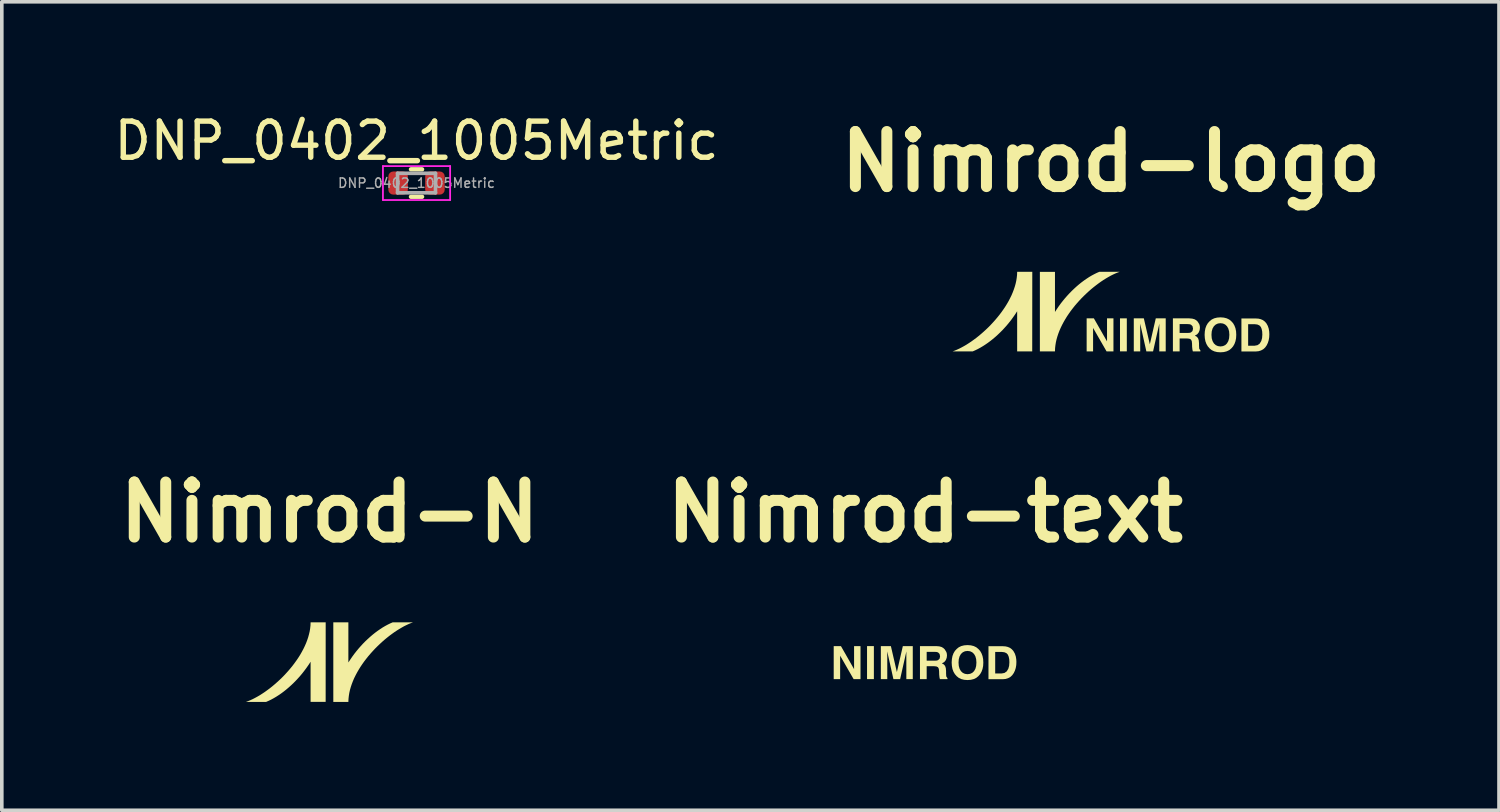
<source format=kicad_pcb>
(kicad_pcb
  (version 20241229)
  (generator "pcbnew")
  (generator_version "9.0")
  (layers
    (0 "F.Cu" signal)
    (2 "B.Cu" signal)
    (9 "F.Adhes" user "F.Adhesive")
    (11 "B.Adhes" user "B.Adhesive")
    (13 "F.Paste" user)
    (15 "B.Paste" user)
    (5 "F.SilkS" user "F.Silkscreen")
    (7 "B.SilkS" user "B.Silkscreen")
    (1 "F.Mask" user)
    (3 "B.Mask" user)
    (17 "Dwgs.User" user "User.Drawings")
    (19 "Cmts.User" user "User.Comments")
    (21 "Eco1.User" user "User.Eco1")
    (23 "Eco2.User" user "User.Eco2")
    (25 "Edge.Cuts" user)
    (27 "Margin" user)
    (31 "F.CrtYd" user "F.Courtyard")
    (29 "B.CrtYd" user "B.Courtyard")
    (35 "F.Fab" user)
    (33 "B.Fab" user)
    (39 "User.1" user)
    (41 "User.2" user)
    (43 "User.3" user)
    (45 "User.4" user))
  (footprint "DNP_0402_1005Metric"
    (layer "F.Cu")
    (at 8.482 2.018)
    (property "Reference" "DNP_0402_1005Metric" (at 0 -1.17 0) (layer "F.SilkS") (effects (font (size 1 1) (thickness 0.15))))
    (attr smd)
    (fp_line (start -0.154 -0.38) (end 0.154 -0.38) (stroke (width 0.12) (type solid)) (layer "F.SilkS"))
    (fp_line (start -0.154 0.38) (end 0.154 0.38) (stroke (width 0.12) (type solid)) (layer "F.SilkS"))
    (fp_line (start -0.93 -0.47) (end 0.93 -0.47) (stroke (width 0.05) (type solid)) (layer "F.CrtYd"))
    (fp_line (start -0.93 0.47) (end -0.93 -0.47) (stroke (width 0.05) (type solid)) (layer "F.CrtYd"))
    (fp_line (start 0.93 -0.47) (end 0.93 0.47) (stroke (width 0.05) (type solid)) (layer "F.CrtYd"))
    (fp_line (start 0.93 0.47) (end -0.93 0.47) (stroke (width 0.05) (type solid)) (layer "F.CrtYd"))
    (fp_line (start -0.525 -0.27) (end 0.525 -0.27) (stroke (width 0.1) (type solid)) (layer "F.Fab"))
    (fp_line (start -0.525 0.27) (end -0.525 -0.27) (stroke (width 0.1) (type solid)) (layer "F.Fab"))
    (fp_line (start 0.525 -0.27) (end 0.525 0.27) (stroke (width 0.1) (type solid)) (layer "F.Fab"))
    (fp_line (start 0.525 0.27) (end -0.525 0.27) (stroke (width 0.1) (type solid)) (layer "F.Fab"))
    (fp_text user "${REFERENCE}" (at 0 0 0) (layer "F.Fab") (effects (font (size 0.26 0.26) (thickness 0.04))))
    (pad "1" smd roundrect (at -0.51 0) (size 0.54 0.64) (layers "F.Cu" "F.Mask") (roundrect_rratio 0.25))
    (pad "2" smd roundrect (at 0.51 0) (size 0.54 0.64) (layers "F.Cu" "F.Mask") (roundrect_rratio 0.25)))
  (footprint "Nimrod-logo"
    (layer "F.Cu")
    (at 27.708 5.589)
    (property "Reference" "Nimrod-logo" (at 0 -4.163 0) (layer "F.SilkS") (effects (font (size 1.524 1.524) (thickness 0.305))))
    (attr exclude_from_pos_files exclude_from_bom)
    (fp_poly (pts (xy 0.25 0.175) (xy 0.25 1.089) (xy 0.439 1.089) (xy 0.439 0.175) (xy 0.25 0.175)) (stroke (width 0) (type solid)) (fill yes) (layer "F.SilkS"))
    (fp_poly (pts (xy -0.673 1.089) (xy -0.673 0.175) (xy -0.473 0.175) (xy -0.109 0.813) (xy -0.109 0.175) (xy 0.069 0.175) (xy 0.069 1.089) (xy -0.122 1.089) (xy -0.495 0.44) (xy -0.495 1.089) (xy -0.673 1.089)) (stroke (width 0) (type solid)) (fill yes) (layer "F.SilkS"))
    (fp_poly (pts (xy 1.076 0.894) (xy 1.241 0.175) (xy 1.516 0.175) (xy 1.516 1.089) (xy 1.338 1.089) (xy 1.338 0.471) (xy 1.338 0.396) (xy 1.339 0.322) (xy 1.166 1.089) (xy 0.98 1.089) (xy 0.809 0.322) (xy 0.809 0.396) (xy 0.81 0.471) (xy 0.81 1.089) (xy 0.632 1.089) (xy 0.632 0.175) (xy 0.91 0.175) (xy 1.076 0.894)) (stroke (width 0) (type solid)) (fill yes) (layer "F.SilkS"))
    (fp_poly (pts (xy 4.148 0.411) (xy 4.344 0.854) (xy 4.367 0.781) (xy 4.381 0.7) (xy 4.385 0.612) (xy 4.381 0.539) (xy 4.368 0.461) (xy 4.343 0.385) (xy 4.303 0.313) (xy 4.259 0.263) (xy 4.207 0.224) (xy 4.147 0.198) (xy 4.084 0.183) (xy 4.006 0.178) (xy 3.612 0.178) (xy 3.612 1.092) (xy 4.006 1.092) (xy 4.084 1.085) (xy 4.154 1.064) (xy 4.216 1.03) (xy 4.268 0.983) (xy 4.312 0.921) (xy 4.344 0.854) (xy 4.148 0.411) (xy 4.172 0.468) (xy 4.187 0.54) (xy 4.191 0.625) (xy 4.184 0.72) (xy 4.162 0.8) (xy 4.118 0.874) (xy 4.055 0.918) (xy 3.974 0.933) (xy 3.798 0.933) (xy 3.798 0.336) (xy 3.974 0.336) (xy 4.051 0.345) (xy 4.109 0.37) (xy 4.148 0.411)) (stroke (width 0) (type solid)) (fill yes) (layer "F.SilkS"))
    (fp_poly (pts (xy 2.216 0.35) (xy 1.715 0.175) (xy 1.715 1.089) (xy 1.901 1.089) (xy 1.901 0.731) (xy 2.098 0.731) (xy 2.169 0.738) (xy 2.214 0.76) (xy 2.237 0.804) (xy 2.245 0.876) (xy 2.247 0.961) (xy 2.255 1.04) (xy 2.267 1.089) (xy 2.477 1.089) (xy 2.477 1.066) (xy 2.443 1.014) (xy 2.438 0.929) (xy 2.438 0.868) (xy 2.431 0.784) (xy 2.411 0.725) (xy 2.376 0.683) (xy 2.322 0.653) (xy 2.387 0.617) (xy 2.43 0.564) (xy 2.455 0.5) (xy 2.463 0.436) (xy 2.459 0.385) (xy 2.446 0.339) (xy 2.399 0.263) (xy 2.359 0.226) (xy 2.311 0.199) (xy 2.248 0.182) (xy 2.163 0.175) (xy 1.715 0.175) (xy 2.216 0.35) (xy 2.258 0.392) (xy 2.272 0.462) (xy 2.257 0.526) (xy 2.214 0.565) (xy 2.174 0.576) (xy 2.118 0.579) (xy 1.901 0.579) (xy 1.901 0.334) (xy 2.123 0.334) (xy 2.178 0.338) (xy 2.216 0.35)) (stroke (width 0) (type solid)) (fill yes) (layer "F.SilkS"))
    (fp_poly (pts (xy 2.85 0.869) (xy 2.599 0.535) (xy 2.593 0.631) (xy 2.599 0.725) (xy 2.615 0.809) (xy 2.643 0.885) (xy 2.682 0.951) (xy 2.732 1.008) (xy 2.79 1.055) (xy 2.859 1.088) (xy 2.939 1.108) (xy 3.031 1.115) (xy 3.124 1.108) (xy 3.204 1.088) (xy 3.273 1.055) (xy 3.331 1.008) (xy 3.381 0.951) (xy 3.419 0.885) (xy 3.447 0.809) (xy 3.464 0.725) (xy 3.469 0.631) (xy 3.464 0.535) (xy 3.447 0.45) (xy 3.419 0.375) (xy 3.381 0.309) (xy 3.331 0.254) (xy 3.273 0.207) (xy 3.204 0.174) (xy 3.124 0.154) (xy 3.031 0.147) (xy 2.939 0.154) (xy 2.859 0.174) (xy 2.79 0.207) (xy 2.732 0.254) (xy 2.682 0.309) (xy 2.643 0.375) (xy 2.615 0.45) (xy 2.599 0.535) (xy 2.85 0.869) (xy 2.813 0.805) (xy 2.79 0.726) (xy 2.783 0.631) (xy 2.79 0.536) (xy 2.813 0.456) (xy 2.85 0.393) (xy 2.901 0.346) (xy 2.961 0.318) (xy 3.031 0.309) (xy 3.102 0.318) (xy 3.162 0.346) (xy 3.212 0.393) (xy 3.249 0.457) (xy 3.271 0.536) (xy 3.278 0.631) (xy 3.271 0.726) (xy 3.249 0.805) (xy 3.212 0.869) (xy 3.162 0.916) (xy 3.102 0.943) (xy 3.031 0.953) (xy 2.961 0.943) (xy 2.901 0.916) (xy 2.85 0.869)) (stroke (width 0) (type solid)) (fill yes) (layer "F.SilkS"))
    (fp_poly (pts (xy -2.597 -1.114) (xy -2.597 -1.106) (xy -2.6 -1.026) (xy -2.609 -0.945) (xy -2.622 -0.864) (xy -2.64 -0.783) (xy -2.663 -0.702) (xy -2.69 -0.621) (xy -2.721 -0.54) (xy -2.755 -0.46) (xy -2.794 -0.381) (xy -2.835 -0.302) (xy -2.88 -0.224) (xy -2.928 -0.147) (xy -2.979 -0.071) (xy -3.032 0.004) (xy -3.088 0.078) (xy -3.146 0.15) (xy -3.206 0.221) (xy -3.268 0.29) (xy -3.331 0.358) (xy -3.395 0.423) (xy -3.461 0.486) (xy -3.528 0.547) (xy -3.595 0.606) (xy -3.663 0.663) (xy -3.731 0.717) (xy -3.8 0.768) (xy -3.868 0.817) (xy -3.936 0.862) (xy -4.003 0.905) (xy -4.07 0.944) (xy -4.136 0.98) (xy -4.2 1.013) (xy -4.264 1.042) (xy -4.325 1.068) (xy -4.385 1.09) (xy -4.35 1.09) (xy -4.269 1.09) (xy -4.162 1.09) (xy -4.046 1.09) (xy -3.94 1.09) (xy -3.861 1.09) (xy -3.828 1.09) (xy -3.759 1.06) (xy -3.689 1.026) (xy -3.619 0.988) (xy -3.548 0.946) (xy -3.478 0.901) (xy -3.408 0.853) (xy -3.338 0.801) (xy -3.269 0.746) (xy -3.2 0.688) (xy -3.133 0.627) (xy -3.067 0.564) (xy -3.001 0.498) (xy -2.938 0.429) (xy -2.876 0.359) (xy -2.816 0.286) (xy -2.757 0.211) (xy -2.702 0.135) (xy -2.648 0.057) (xy -2.597 -0.022) (xy -2.597 1.089) (xy -2.18 1.089) (xy -2.178 -1.114) (xy -2.597 -1.114)) (stroke (width 0) (type solid)) (fill yes) (layer "F.SilkS"))
    (fp_poly (pts (xy -0.321 -1.114) (xy -0.391 -1.084) (xy -0.46 -1.05) (xy -0.531 -1.012) (xy -0.601 -0.971) (xy -0.671 -0.925) (xy -0.741 -0.877) (xy -0.811 -0.825) (xy -0.88 -0.77) (xy -0.948 -0.712) (xy -1.015 -0.651) (xy -1.081 -0.588) (xy -1.146 -0.522) (xy -1.21 -0.453) (xy -1.272 -0.383) (xy -1.332 -0.31) (xy -1.39 -0.236) (xy -1.446 -0.159) (xy -1.499 -0.081) (xy -1.55 -0.002) (xy -1.55 -1.113) (xy -1.968 -1.113) (xy -1.968 1.09) (xy -1.55 1.09) (xy -1.55 1.082) (xy -1.547 1.001) (xy -1.538 0.921) (xy -1.525 0.84) (xy -1.507 0.759) (xy -1.484 0.678) (xy -1.457 0.597) (xy -1.426 0.516) (xy -1.391 0.436) (xy -1.353 0.357) (xy -1.311 0.278) (xy -1.266 0.2) (xy -1.218 0.122) (xy -1.167 0.046) (xy -1.114 -0.029) (xy -1.058 -0.102) (xy -1 -0.175) (xy -0.94 -0.245) (xy -0.878 -0.314) (xy -0.815 -0.382) (xy -0.75 -0.447) (xy -0.684 -0.51) (xy -0.617 -0.572) (xy -0.55 -0.631) (xy -0.482 -0.687) (xy -0.413 -0.741) (xy -0.345 -0.792) (xy -0.277 -0.841) (xy -0.209 -0.886) (xy -0.141 -0.929) (xy -0.074 -0.968) (xy -0.008 -1.005) (xy 0.056 -1.037) (xy 0.12 -1.067) (xy 0.182 -1.092) (xy 0.242 -1.114) (xy 0.21 -1.114) (xy 0.13 -1.114) (xy 0.02 -1.114) (xy -0.1 -1.114) (xy -0.21 -1.114) (xy -0.29 -1.114) (xy -0.321 -1.114)) (stroke (width 0) (type solid)) (fill yes) (layer "F.SilkS")))
  (footprint "Nimrod-text"
    (layer "F.Cu")
    (at 22.565 15.293)
    (property "Reference" "Nimrod-text" (at 0 -4.163 0) (layer "F.SilkS") (effects (font (size 1.524 1.524) (thickness 0.305))))
    (attr exclude_from_pos_files exclude_from_bom)
    (fp_poly (pts (xy -1.61 -0.455) (xy -1.61 0.459) (xy -1.421 0.459) (xy -1.421 -0.455) (xy -1.61 -0.455)) (stroke (width 0) (type solid)) (fill yes) (layer "F.SilkS"))
    (fp_poly (pts (xy -2.533 0.459) (xy -2.533 -0.455) (xy -2.333 -0.455) (xy -1.969 0.183) (xy -1.969 -0.455) (xy -1.791 -0.455) (xy -1.791 0.459) (xy -1.982 0.459) (xy -2.355 -0.19) (xy -2.355 0.459) (xy -2.533 0.459)) (stroke (width 0) (type solid)) (fill yes) (layer "F.SilkS"))
    (fp_poly (pts (xy -0.784 0.264) (xy -0.619 -0.455) (xy -0.344 -0.455) (xy -0.344 0.459) (xy -0.522 0.459) (xy -0.522 -0.159) (xy -0.522 -0.234) (xy -0.521 -0.308) (xy -0.694 0.459) (xy -0.88 0.459) (xy -1.051 -0.308) (xy -1.051 -0.234) (xy -1.05 -0.159) (xy -1.05 0.459) (xy -1.228 0.459) (xy -1.228 -0.455) (xy -0.95 -0.455) (xy -0.784 0.264)) (stroke (width 0) (type solid)) (fill yes) (layer "F.SilkS"))
    (fp_poly (pts (xy 2.288 -0.219) (xy 2.484 0.224) (xy 2.507 0.151) (xy 2.521 0.07) (xy 2.525 -0.018) (xy 2.521 -0.091) (xy 2.508 -0.169) (xy 2.483 -0.245) (xy 2.443 -0.317) (xy 2.399 -0.367) (xy 2.347 -0.406) (xy 2.287 -0.432) (xy 2.224 -0.447) (xy 2.146 -0.452) (xy 1.752 -0.452) (xy 1.752 0.462) (xy 2.146 0.462) (xy 2.224 0.455) (xy 2.294 0.434) (xy 2.356 0.4) (xy 2.408 0.353) (xy 2.452 0.291) (xy 2.484 0.224) (xy 2.288 -0.219) (xy 2.312 -0.162) (xy 2.327 -0.09) (xy 2.331 -0.005) (xy 2.324 0.09) (xy 2.302 0.17) (xy 2.258 0.244) (xy 2.195 0.288) (xy 2.114 0.303) (xy 1.938 0.303) (xy 1.938 -0.294) (xy 2.114 -0.294) (xy 2.191 -0.285) (xy 2.249 -0.26) (xy 2.288 -0.219)) (stroke (width 0) (type solid)) (fill yes) (layer "F.SilkS"))
    (fp_poly (pts (xy 0.356 -0.28) (xy -0.145 -0.455) (xy -0.145 0.459) (xy 0.041 0.459) (xy 0.041 0.101) (xy 0.238 0.101) (xy 0.309 0.108) (xy 0.354 0.13) (xy 0.377 0.174) (xy 0.385 0.246) (xy 0.387 0.331) (xy 0.395 0.41) (xy 0.407 0.459) (xy 0.617 0.459) (xy 0.617 0.436) (xy 0.583 0.384) (xy 0.578 0.299) (xy 0.578 0.238) (xy 0.571 0.154) (xy 0.551 0.095) (xy 0.516 0.053) (xy 0.462 0.023) (xy 0.527 -0.013) (xy 0.57 -0.066) (xy 0.595 -0.13) (xy 0.603 -0.194) (xy 0.599 -0.245) (xy 0.586 -0.291) (xy 0.539 -0.367) (xy 0.499 -0.404) (xy 0.451 -0.431) (xy 0.388 -0.448) (xy 0.303 -0.455) (xy -0.145 -0.455) (xy 0.356 -0.28) (xy 0.398 -0.238) (xy 0.412 -0.168) (xy 0.397 -0.104) (xy 0.354 -0.065) (xy 0.314 -0.054) (xy 0.258 -0.051) (xy 0.041 -0.051) (xy 0.041 -0.296) (xy 0.263 -0.296) (xy 0.318 -0.292) (xy 0.356 -0.28)) (stroke (width 0) (type solid)) (fill yes) (layer "F.SilkS"))
    (fp_poly (pts (xy 0.99 0.239) (xy 0.739 -0.095) (xy 0.733 0.001) (xy 0.739 0.095) (xy 0.755 0.179) (xy 0.783 0.255) (xy 0.822 0.321) (xy 0.872 0.378) (xy 0.93 0.425) (xy 0.999 0.458) (xy 1.079 0.478) (xy 1.171 0.485) (xy 1.264 0.478) (xy 1.344 0.458) (xy 1.413 0.425) (xy 1.471 0.378) (xy 1.521 0.321) (xy 1.559 0.255) (xy 1.587 0.179) (xy 1.604 0.095) (xy 1.609 0.001) (xy 1.604 -0.095) (xy 1.587 -0.18) (xy 1.559 -0.255) (xy 1.521 -0.321) (xy 1.471 -0.376) (xy 1.413 -0.423) (xy 1.344 -0.456) (xy 1.264 -0.476) (xy 1.171 -0.483) (xy 1.079 -0.476) (xy 0.999 -0.456) (xy 0.93 -0.423) (xy 0.872 -0.376) (xy 0.822 -0.321) (xy 0.783 -0.255) (xy 0.755 -0.18) (xy 0.739 -0.095) (xy 0.99 0.239) (xy 0.953 0.175) (xy 0.93 0.096) (xy 0.923 0.001) (xy 0.93 -0.094) (xy 0.953 -0.174) (xy 0.99 -0.237) (xy 1.041 -0.284) (xy 1.101 -0.312) (xy 1.171 -0.321) (xy 1.242 -0.312) (xy 1.302 -0.284) (xy 1.352 -0.237) (xy 1.389 -0.173) (xy 1.411 -0.094) (xy 1.418 0.001) (xy 1.411 0.096) (xy 1.389 0.175) (xy 1.352 0.239) (xy 1.302 0.286) (xy 1.242 0.313) (xy 1.171 0.323) (xy 1.101 0.313) (xy 1.041 0.286) (xy 0.99 0.239)) (stroke (width 0) (type solid)) (fill yes) (layer "F.SilkS")))
  (footprint "Nimrod-N"
    (layer "F.Cu")
    (at 6.074 15.281)
    (property "Reference" "Nimrod-N" (at 0 -4.151 0) (layer "F.SilkS") (effects (font (size 1.524 1.524) (thickness 0.305))))
    (attr exclude_from_pos_files exclude_from_bom)
    (fp_poly (pts (xy -0.525 -1.102) (xy -0.525 -1.094) (xy -0.528 -1.014) (xy -0.537 -0.933) (xy -0.55 -0.852) (xy -0.569 -0.771) (xy -0.591 -0.69) (xy -0.618 -0.609) (xy -0.649 -0.528) (xy -0.684 -0.448) (xy -0.722 -0.369) (xy -0.764 -0.29) (xy -0.808 -0.212) (xy -0.856 -0.135) (xy -0.907 -0.059) (xy -0.961 0.016) (xy -1.016 0.09) (xy -1.074 0.162) (xy -1.134 0.233) (xy -1.196 0.302) (xy -1.259 0.37) (xy -1.323 0.435) (xy -1.389 0.498) (xy -1.456 0.559) (xy -1.523 0.618) (xy -1.591 0.675) (xy -1.659 0.729) (xy -1.728 0.78) (xy -1.796 0.829) (xy -1.864 0.874) (xy -1.931 0.917) (xy -1.998 0.956) (xy -2.064 0.992) (xy -2.128 1.025) (xy -2.192 1.054) (xy -2.254 1.08) (xy -2.314 1.102) (xy -2.278 1.102) (xy -2.197 1.102) (xy -2.09 1.102) (xy -1.975 1.102) (xy -1.868 1.102) (xy -1.789 1.102) (xy -1.756 1.102) (xy -1.687 1.072) (xy -1.617 1.038) (xy -1.547 1) (xy -1.476 0.958) (xy -1.406 0.913) (xy -1.336 0.865) (xy -1.266 0.813) (xy -1.197 0.758) (xy -1.129 0.7) (xy -1.061 0.639) (xy -0.995 0.576) (xy -0.93 0.51) (xy -0.866 0.441) (xy -0.804 0.371) (xy -0.744 0.298) (xy -0.686 0.223) (xy -0.63 0.147) (xy -0.576 0.069) (xy -0.525 -0.01) (xy -0.525 1.101) (xy -0.108 1.101) (xy -0.107 -1.102) (xy -0.525 -1.102)) (stroke (width 0) (type solid)) (fill yes) (layer "F.SilkS"))
    (fp_poly (pts (xy 1.751 -1.102) (xy 1.681 -1.072) (xy 1.611 -1.038) (xy 1.541 -1) (xy 1.471 -0.959) (xy 1.401 -0.913) (xy 1.331 -0.865) (xy 1.261 -0.813) (xy 1.192 -0.758) (xy 1.124 -0.7) (xy 1.057 -0.639) (xy 0.99 -0.576) (xy 0.925 -0.51) (xy 0.862 -0.441) (xy 0.8 -0.371) (xy 0.74 -0.298) (xy 0.682 -0.224) (xy 0.626 -0.147) (xy 0.573 -0.069) (xy 0.521 0.01) (xy 0.521 -1.101) (xy 0.104 -1.101) (xy 0.104 1.102) (xy 0.521 1.102) (xy 0.521 1.094) (xy 0.525 1.013) (xy 0.534 0.933) (xy 0.547 0.852) (xy 0.565 0.771) (xy 0.588 0.69) (xy 0.615 0.609) (xy 0.646 0.528) (xy 0.68 0.448) (xy 0.719 0.369) (xy 0.761 0.29) (xy 0.806 0.212) (xy 0.854 0.134) (xy 0.905 0.058) (xy 0.958 -0.017) (xy 1.014 -0.09) (xy 1.072 -0.163) (xy 1.132 -0.233) (xy 1.194 -0.302) (xy 1.257 -0.37) (xy 1.322 -0.435) (xy 1.388 -0.498) (xy 1.455 -0.56) (xy 1.522 -0.619) (xy 1.59 -0.675) (xy 1.658 -0.729) (xy 1.727 -0.78) (xy 1.795 -0.829) (xy 1.863 -0.874) (xy 1.931 -0.917) (xy 1.998 -0.956) (xy 2.063 -0.993) (xy 2.128 -1.025) (xy 2.192 -1.055) (xy 2.253 -1.08) (xy 2.313 -1.102) (xy 2.282 -1.102) (xy 2.202 -1.102) (xy 2.092 -1.102) (xy 1.972 -1.102) (xy 1.862 -1.102) (xy 1.781 -1.102) (xy 1.751 -1.102)) (stroke (width 0) (type solid)) (fill yes) (layer "F.SilkS")))
  (gr_rect
    (start -3 -3)
    (end 38.451 19.383)
    (stroke (width 0.1) (type default))
    (fill no)
    (layer "Edge.Cuts")))
</source>
